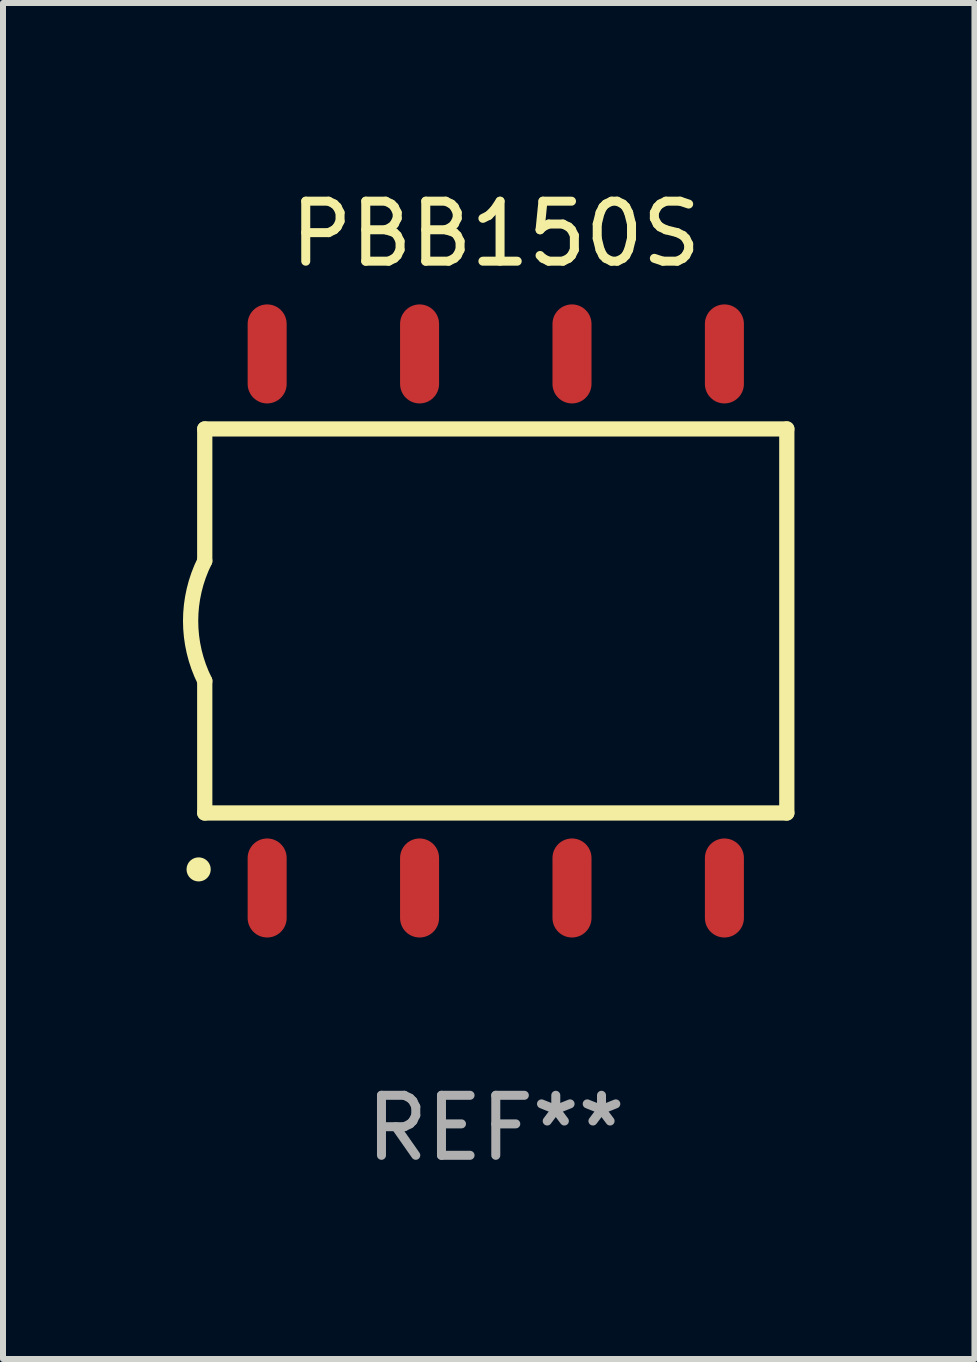
<source format=kicad_pcb>
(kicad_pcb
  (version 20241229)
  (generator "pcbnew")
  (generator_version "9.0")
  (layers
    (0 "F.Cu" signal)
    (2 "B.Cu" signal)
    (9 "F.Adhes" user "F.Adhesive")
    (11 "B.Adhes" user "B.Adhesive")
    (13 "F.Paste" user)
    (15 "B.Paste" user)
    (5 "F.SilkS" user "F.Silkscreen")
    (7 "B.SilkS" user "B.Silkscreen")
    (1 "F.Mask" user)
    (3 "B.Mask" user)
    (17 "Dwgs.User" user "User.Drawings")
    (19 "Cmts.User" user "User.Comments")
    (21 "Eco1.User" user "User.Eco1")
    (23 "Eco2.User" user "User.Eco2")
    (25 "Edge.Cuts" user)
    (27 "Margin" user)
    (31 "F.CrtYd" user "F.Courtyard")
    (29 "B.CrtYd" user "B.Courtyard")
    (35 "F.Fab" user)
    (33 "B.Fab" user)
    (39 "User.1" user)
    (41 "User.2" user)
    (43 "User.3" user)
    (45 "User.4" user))
  (footprint "PBB150S"
    (layer "F.Cu")
    (at 5.212 7.298)
    (property "Reference" "PBB150S" (at 0 -6.45 0) (layer "F.SilkS") (effects (font (size 1 1) (thickness 0.15))))
    (attr through_hole)
    (fp_line (start -4.85 -3.2) (end -4.85 -1) (stroke (width 0.254) (type solid)) (layer "F.SilkS"))
    (fp_line (start -4.85 -3.2) (end 4.85 -3.2) (stroke (width 0.254) (type solid)) (layer "F.SilkS"))
    (fp_line (start -4.85 3.2) (end -4.85 1) (stroke (width 0.254) (type solid)) (layer "F.SilkS"))
    (fp_line (start 4.85 -3.2) (end 4.85 3.2) (stroke (width 0.254) (type solid)) (layer "F.SilkS"))
    (fp_line (start 4.85 3.2) (end -4.85 3.2) (stroke (width 0.254) (type solid)) (layer "F.SilkS"))
    (fp_arc (start -4.95301 4.140208) (mid -4.95174 4.140204) (end -4.95047 4.140208) (stroke (width 0.4) (type solid)) (layer "F.SilkS"))
    (fp_arc (start -4.84887 1.000762) (mid -5.085418 0.000516) (end -4.850013 -1) (stroke (width 0.254001) (type solid)) (layer "F.SilkS"))
    (fp_text user "REF**" (at 0 8.45 0) (layer "F.Fab") (effects (font (size 1 1) (thickness 0.15))))
    (pad "1" smd oval (at -3.81 4.45) (size 0.65 1.65) (layers "F.Cu" "F.Mask" "F.Paste"))
    (pad "2" smd oval (at -1.27 4.45) (size 0.65 1.65) (layers "F.Cu" "F.Mask" "F.Paste"))
    (pad "3" smd oval (at 1.27 4.45) (size 0.65 1.65) (layers "F.Cu" "F.Mask" "F.Paste"))
    (pad "4" smd oval (at 3.81 4.45) (size 0.65 1.65) (layers "F.Cu" "F.Mask" "F.Paste"))
    (pad "5" smd oval (at 3.81 -4.45 180) (size 0.65 1.65) (layers "F.Cu" "F.Mask" "F.Paste"))
    (pad "6" smd oval (at 1.27 -4.45 180) (size 0.65 1.65) (layers "F.Cu" "F.Mask" "F.Paste"))
    (pad "7" smd oval (at -1.27 -4.45 180) (size 0.65 1.65) (layers "F.Cu" "F.Mask" "F.Paste"))
    (pad "8" smd oval (at -3.81 -4.45 180) (size 0.65 1.65) (layers "F.Cu" "F.Mask" "F.Paste")))
  (gr_rect
    (start -3 -3)
    (end 13.189 19.597)
    (stroke (width 0.1) (type default))
    (fill no)
    (layer "Edge.Cuts")))
</source>
